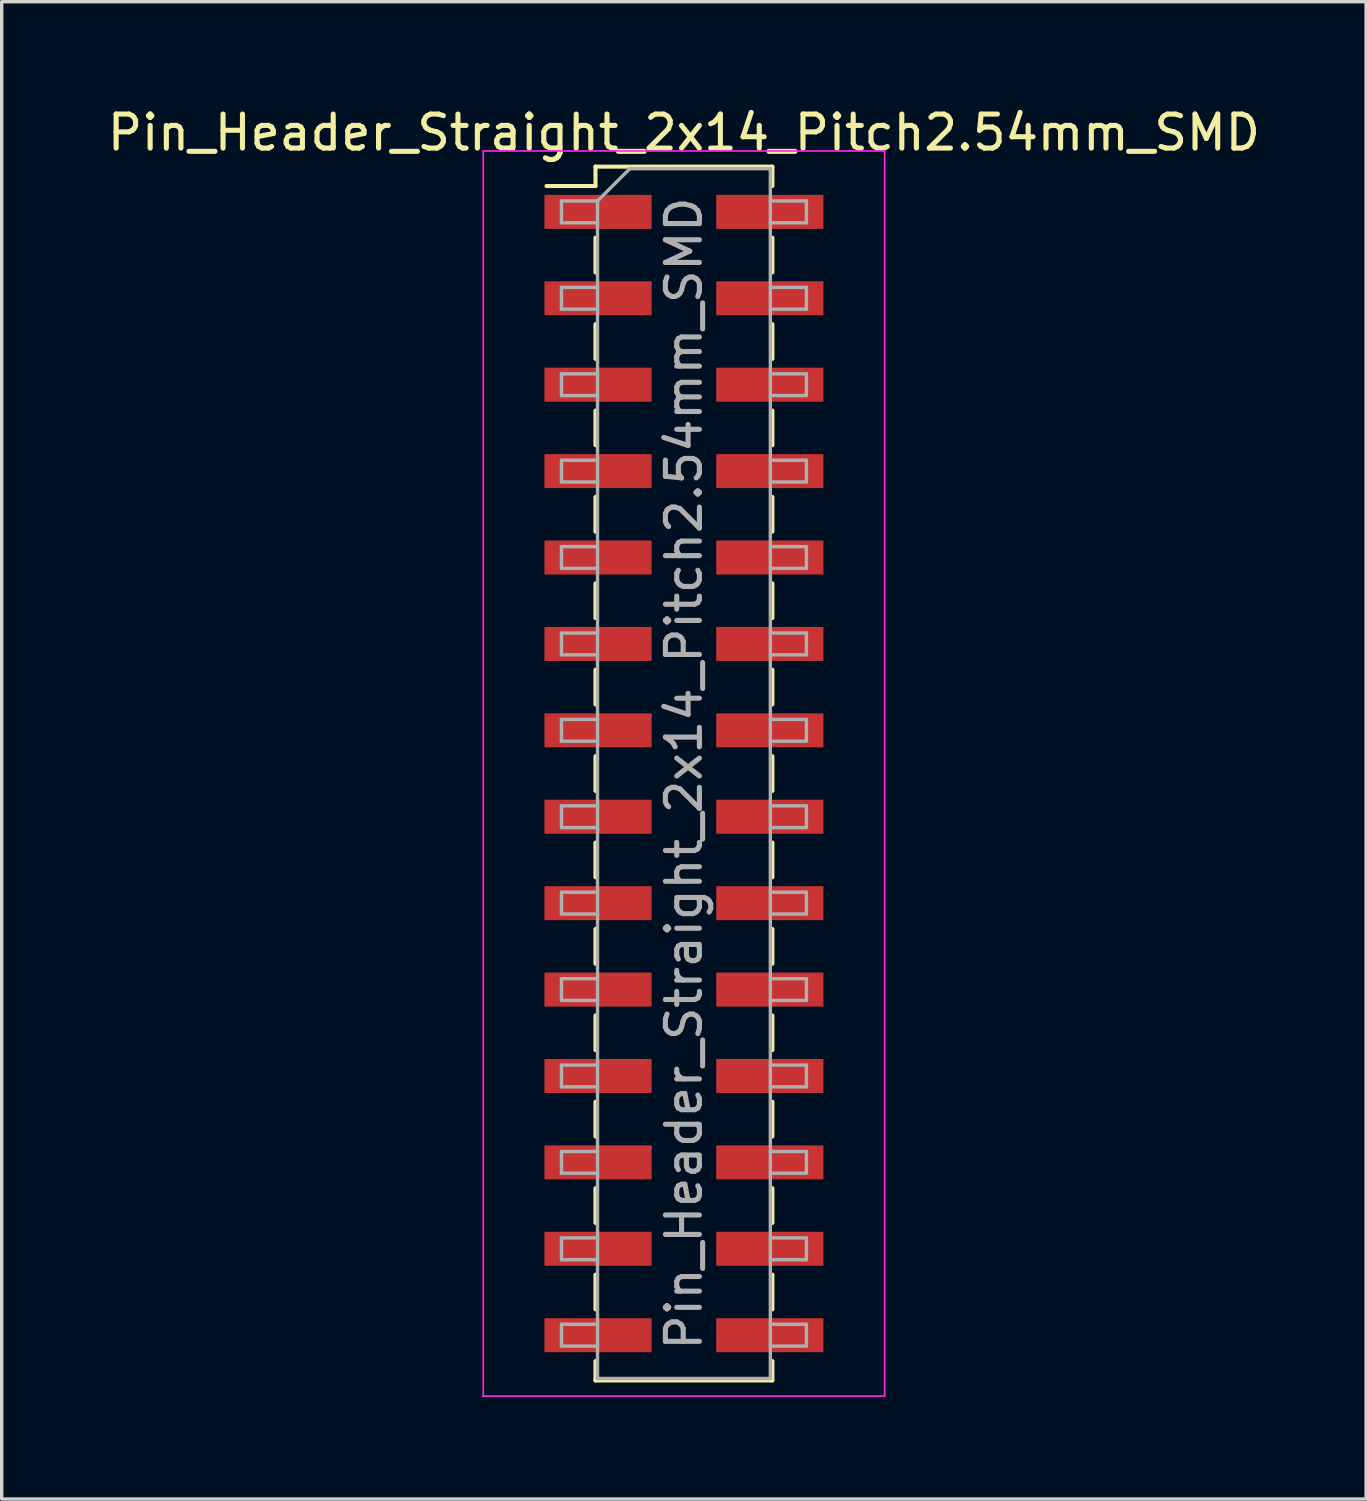
<source format=kicad_pcb>
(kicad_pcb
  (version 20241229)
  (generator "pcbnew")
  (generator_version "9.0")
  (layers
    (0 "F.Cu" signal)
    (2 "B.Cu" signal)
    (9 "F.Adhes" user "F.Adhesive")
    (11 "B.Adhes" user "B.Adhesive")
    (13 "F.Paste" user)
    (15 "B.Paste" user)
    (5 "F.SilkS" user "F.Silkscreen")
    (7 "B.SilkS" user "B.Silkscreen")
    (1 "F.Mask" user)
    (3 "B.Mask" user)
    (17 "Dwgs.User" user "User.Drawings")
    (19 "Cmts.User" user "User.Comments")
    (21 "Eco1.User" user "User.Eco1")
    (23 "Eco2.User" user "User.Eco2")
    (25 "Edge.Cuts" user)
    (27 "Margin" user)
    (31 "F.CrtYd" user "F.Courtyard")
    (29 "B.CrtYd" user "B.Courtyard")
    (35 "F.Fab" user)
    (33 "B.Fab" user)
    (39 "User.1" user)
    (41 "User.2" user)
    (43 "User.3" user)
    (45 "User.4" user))
  (footprint "Pin_Header_Straight_2x14_Pitch2.54mm_SMD"
    (layer "F.Cu")
    (at 17.054 19.688)
    (property "Reference" "Pin_Header_Straight_2x14_Pitch2.54mm_SMD" (at 0 -18.84 0) (layer "F.SilkS") (effects (font (size 1 1) (thickness 0.15))))
    (attr smd)
    (fp_line (start -4.04 -17.27) (end -2.6 -17.27) (stroke (width 0.12) (type solid)) (layer "F.SilkS"))
    (fp_line (start -2.6 -17.84) (end -2.6 -17.27) (stroke (width 0.12) (type solid)) (layer "F.SilkS"))
    (fp_line (start -2.6 -17.84) (end 2.6 -17.84) (stroke (width 0.12) (type solid)) (layer "F.SilkS"))
    (fp_line (start -2.6 -15.75) (end -2.6 -14.73) (stroke (width 0.12) (type solid)) (layer "F.SilkS"))
    (fp_line (start -2.6 -13.21) (end -2.6 -12.19) (stroke (width 0.12) (type solid)) (layer "F.SilkS"))
    (fp_line (start -2.6 -10.67) (end -2.6 -9.65) (stroke (width 0.12) (type solid)) (layer "F.SilkS"))
    (fp_line (start -2.6 -8.13) (end -2.6 -7.11) (stroke (width 0.12) (type solid)) (layer "F.SilkS"))
    (fp_line (start -2.6 -5.59) (end -2.6 -4.57) (stroke (width 0.12) (type solid)) (layer "F.SilkS"))
    (fp_line (start -2.6 -3.05) (end -2.6 -2.03) (stroke (width 0.12) (type solid)) (layer "F.SilkS"))
    (fp_line (start -2.6 -0.51) (end -2.6 0.51) (stroke (width 0.12) (type solid)) (layer "F.SilkS"))
    (fp_line (start -2.6 2.03) (end -2.6 3.05) (stroke (width 0.12) (type solid)) (layer "F.SilkS"))
    (fp_line (start -2.6 4.57) (end -2.6 5.59) (stroke (width 0.12) (type solid)) (layer "F.SilkS"))
    (fp_line (start -2.6 7.11) (end -2.6 8.13) (stroke (width 0.12) (type solid)) (layer "F.SilkS"))
    (fp_line (start -2.6 9.65) (end -2.6 10.67) (stroke (width 0.12) (type solid)) (layer "F.SilkS"))
    (fp_line (start -2.6 12.19) (end -2.6 13.21) (stroke (width 0.12) (type solid)) (layer "F.SilkS"))
    (fp_line (start -2.6 14.73) (end -2.6 15.75) (stroke (width 0.12) (type solid)) (layer "F.SilkS"))
    (fp_line (start -2.6 17.27) (end -2.6 17.84) (stroke (width 0.12) (type solid)) (layer "F.SilkS"))
    (fp_line (start -2.6 17.84) (end 2.6 17.84) (stroke (width 0.12) (type solid)) (layer "F.SilkS"))
    (fp_line (start 2.6 -17.84) (end 2.6 -17.27) (stroke (width 0.12) (type solid)) (layer "F.SilkS"))
    (fp_line (start 2.6 -15.75) (end 2.6 -14.73) (stroke (width 0.12) (type solid)) (layer "F.SilkS"))
    (fp_line (start 2.6 -13.21) (end 2.6 -12.19) (stroke (width 0.12) (type solid)) (layer "F.SilkS"))
    (fp_line (start 2.6 -10.67) (end 2.6 -9.65) (stroke (width 0.12) (type solid)) (layer "F.SilkS"))
    (fp_line (start 2.6 -8.13) (end 2.6 -7.11) (stroke (width 0.12) (type solid)) (layer "F.SilkS"))
    (fp_line (start 2.6 -5.59) (end 2.6 -4.57) (stroke (width 0.12) (type solid)) (layer "F.SilkS"))
    (fp_line (start 2.6 -3.05) (end 2.6 -2.03) (stroke (width 0.12) (type solid)) (layer "F.SilkS"))
    (fp_line (start 2.6 -0.51) (end 2.6 0.51) (stroke (width 0.12) (type solid)) (layer "F.SilkS"))
    (fp_line (start 2.6 2.03) (end 2.6 3.05) (stroke (width 0.12) (type solid)) (layer "F.SilkS"))
    (fp_line (start 2.6 4.57) (end 2.6 5.59) (stroke (width 0.12) (type solid)) (layer "F.SilkS"))
    (fp_line (start 2.6 7.11) (end 2.6 8.13) (stroke (width 0.12) (type solid)) (layer "F.SilkS"))
    (fp_line (start 2.6 9.65) (end 2.6 10.67) (stroke (width 0.12) (type solid)) (layer "F.SilkS"))
    (fp_line (start 2.6 12.19) (end 2.6 13.21) (stroke (width 0.12) (type solid)) (layer "F.SilkS"))
    (fp_line (start 2.6 14.73) (end 2.6 15.75) (stroke (width 0.12) (type solid)) (layer "F.SilkS"))
    (fp_line (start 2.6 17.27) (end 2.6 17.84) (stroke (width 0.12) (type solid)) (layer "F.SilkS"))
    (fp_line (start -5.9 -18.3) (end -5.9 18.3) (stroke (width 0.05) (type solid)) (layer "F.CrtYd"))
    (fp_line (start -5.9 18.3) (end 5.9 18.3) (stroke (width 0.05) (type solid)) (layer "F.CrtYd"))
    (fp_line (start 5.9 -18.3) (end -5.9 -18.3) (stroke (width 0.05) (type solid)) (layer "F.CrtYd"))
    (fp_line (start 5.9 18.3) (end 5.9 -18.3) (stroke (width 0.05) (type solid)) (layer "F.CrtYd"))
    (fp_line (start -3.6 -16.83) (end -3.6 -16.19) (stroke (width 0.1) (type solid)) (layer "F.Fab"))
    (fp_line (start -3.6 -16.19) (end -2.54 -16.19) (stroke (width 0.1) (type solid)) (layer "F.Fab"))
    (fp_line (start -3.6 -14.29) (end -3.6 -13.65) (stroke (width 0.1) (type solid)) (layer "F.Fab"))
    (fp_line (start -3.6 -13.65) (end -2.54 -13.65) (stroke (width 0.1) (type solid)) (layer "F.Fab"))
    (fp_line (start -3.6 -11.75) (end -3.6 -11.11) (stroke (width 0.1) (type solid)) (layer "F.Fab"))
    (fp_line (start -3.6 -11.11) (end -2.54 -11.11) (stroke (width 0.1) (type solid)) (layer "F.Fab"))
    (fp_line (start -3.6 -9.21) (end -3.6 -8.57) (stroke (width 0.1) (type solid)) (layer "F.Fab"))
    (fp_line (start -3.6 -8.57) (end -2.54 -8.57) (stroke (width 0.1) (type solid)) (layer "F.Fab"))
    (fp_line (start -3.6 -6.67) (end -3.6 -6.03) (stroke (width 0.1) (type solid)) (layer "F.Fab"))
    (fp_line (start -3.6 -6.03) (end -2.54 -6.03) (stroke (width 0.1) (type solid)) (layer "F.Fab"))
    (fp_line (start -3.6 -4.13) (end -3.6 -3.49) (stroke (width 0.1) (type solid)) (layer "F.Fab"))
    (fp_line (start -3.6 -3.49) (end -2.54 -3.49) (stroke (width 0.1) (type solid)) (layer "F.Fab"))
    (fp_line (start -3.6 -1.59) (end -3.6 -0.95) (stroke (width 0.1) (type solid)) (layer "F.Fab"))
    (fp_line (start -3.6 -0.95) (end -2.54 -0.95) (stroke (width 0.1) (type solid)) (layer "F.Fab"))
    (fp_line (start -3.6 0.95) (end -3.6 1.59) (stroke (width 0.1) (type solid)) (layer "F.Fab"))
    (fp_line (start -3.6 1.59) (end -2.54 1.59) (stroke (width 0.1) (type solid)) (layer "F.Fab"))
    (fp_line (start -3.6 3.49) (end -3.6 4.13) (stroke (width 0.1) (type solid)) (layer "F.Fab"))
    (fp_line (start -3.6 4.13) (end -2.54 4.13) (stroke (width 0.1) (type solid)) (layer "F.Fab"))
    (fp_line (start -3.6 6.03) (end -3.6 6.67) (stroke (width 0.1) (type solid)) (layer "F.Fab"))
    (fp_line (start -3.6 6.67) (end -2.54 6.67) (stroke (width 0.1) (type solid)) (layer "F.Fab"))
    (fp_line (start -3.6 8.57) (end -3.6 9.21) (stroke (width 0.1) (type solid)) (layer "F.Fab"))
    (fp_line (start -3.6 9.21) (end -2.54 9.21) (stroke (width 0.1) (type solid)) (layer "F.Fab"))
    (fp_line (start -3.6 11.11) (end -3.6 11.75) (stroke (width 0.1) (type solid)) (layer "F.Fab"))
    (fp_line (start -3.6 11.75) (end -2.54 11.75) (stroke (width 0.1) (type solid)) (layer "F.Fab"))
    (fp_line (start -3.6 13.65) (end -3.6 14.29) (stroke (width 0.1) (type solid)) (layer "F.Fab"))
    (fp_line (start -3.6 14.29) (end -2.54 14.29) (stroke (width 0.1) (type solid)) (layer "F.Fab"))
    (fp_line (start -3.6 16.19) (end -3.6 16.83) (stroke (width 0.1) (type solid)) (layer "F.Fab"))
    (fp_line (start -3.6 16.83) (end -2.54 16.83) (stroke (width 0.1) (type solid)) (layer "F.Fab"))
    (fp_line (start -2.54 -16.83) (end -3.6 -16.83) (stroke (width 0.1) (type solid)) (layer "F.Fab"))
    (fp_line (start -2.54 -16.83) (end -1.59 -17.78) (stroke (width 0.1) (type solid)) (layer "F.Fab"))
    (fp_line (start -2.54 -14.29) (end -3.6 -14.29) (stroke (width 0.1) (type solid)) (layer "F.Fab"))
    (fp_line (start -2.54 -11.75) (end -3.6 -11.75) (stroke (width 0.1) (type solid)) (layer "F.Fab"))
    (fp_line (start -2.54 -9.21) (end -3.6 -9.21) (stroke (width 0.1) (type solid)) (layer "F.Fab"))
    (fp_line (start -2.54 -6.67) (end -3.6 -6.67) (stroke (width 0.1) (type solid)) (layer "F.Fab"))
    (fp_line (start -2.54 -4.13) (end -3.6 -4.13) (stroke (width 0.1) (type solid)) (layer "F.Fab"))
    (fp_line (start -2.54 -1.59) (end -3.6 -1.59) (stroke (width 0.1) (type solid)) (layer "F.Fab"))
    (fp_line (start -2.54 0.95) (end -3.6 0.95) (stroke (width 0.1) (type solid)) (layer "F.Fab"))
    (fp_line (start -2.54 3.49) (end -3.6 3.49) (stroke (width 0.1) (type solid)) (layer "F.Fab"))
    (fp_line (start -2.54 6.03) (end -3.6 6.03) (stroke (width 0.1) (type solid)) (layer "F.Fab"))
    (fp_line (start -2.54 8.57) (end -3.6 8.57) (stroke (width 0.1) (type solid)) (layer "F.Fab"))
    (fp_line (start -2.54 11.11) (end -3.6 11.11) (stroke (width 0.1) (type solid)) (layer "F.Fab"))
    (fp_line (start -2.54 13.65) (end -3.6 13.65) (stroke (width 0.1) (type solid)) (layer "F.Fab"))
    (fp_line (start -2.54 16.19) (end -3.6 16.19) (stroke (width 0.1) (type solid)) (layer "F.Fab"))
    (fp_line (start -2.54 17.78) (end -2.54 -16.83) (stroke (width 0.1) (type solid)) (layer "F.Fab"))
    (fp_line (start -1.59 -17.78) (end 2.54 -17.78) (stroke (width 0.1) (type solid)) (layer "F.Fab"))
    (fp_line (start 2.54 -17.78) (end 2.54 17.78) (stroke (width 0.1) (type solid)) (layer "F.Fab"))
    (fp_line (start 2.54 -16.83) (end 3.6 -16.83) (stroke (width 0.1) (type solid)) (layer "F.Fab"))
    (fp_line (start 2.54 -14.29) (end 3.6 -14.29) (stroke (width 0.1) (type solid)) (layer "F.Fab"))
    (fp_line (start 2.54 -11.75) (end 3.6 -11.75) (stroke (width 0.1) (type solid)) (layer "F.Fab"))
    (fp_line (start 2.54 -9.21) (end 3.6 -9.21) (stroke (width 0.1) (type solid)) (layer "F.Fab"))
    (fp_line (start 2.54 -6.67) (end 3.6 -6.67) (stroke (width 0.1) (type solid)) (layer "F.Fab"))
    (fp_line (start 2.54 -4.13) (end 3.6 -4.13) (stroke (width 0.1) (type solid)) (layer "F.Fab"))
    (fp_line (start 2.54 -1.59) (end 3.6 -1.59) (stroke (width 0.1) (type solid)) (layer "F.Fab"))
    (fp_line (start 2.54 0.95) (end 3.6 0.95) (stroke (width 0.1) (type solid)) (layer "F.Fab"))
    (fp_line (start 2.54 3.49) (end 3.6 3.49) (stroke (width 0.1) (type solid)) (layer "F.Fab"))
    (fp_line (start 2.54 6.03) (end 3.6 6.03) (stroke (width 0.1) (type solid)) (layer "F.Fab"))
    (fp_line (start 2.54 8.57) (end 3.6 8.57) (stroke (width 0.1) (type solid)) (layer "F.Fab"))
    (fp_line (start 2.54 11.11) (end 3.6 11.11) (stroke (width 0.1) (type solid)) (layer "F.Fab"))
    (fp_line (start 2.54 13.65) (end 3.6 13.65) (stroke (width 0.1) (type solid)) (layer "F.Fab"))
    (fp_line (start 2.54 16.19) (end 3.6 16.19) (stroke (width 0.1) (type solid)) (layer "F.Fab"))
    (fp_line (start 2.54 17.78) (end -2.54 17.78) (stroke (width 0.1) (type solid)) (layer "F.Fab"))
    (fp_line (start 3.6 -16.83) (end 3.6 -16.19) (stroke (width 0.1) (type solid)) (layer "F.Fab"))
    (fp_line (start 3.6 -16.19) (end 2.54 -16.19) (stroke (width 0.1) (type solid)) (layer "F.Fab"))
    (fp_line (start 3.6 -14.29) (end 3.6 -13.65) (stroke (width 0.1) (type solid)) (layer "F.Fab"))
    (fp_line (start 3.6 -13.65) (end 2.54 -13.65) (stroke (width 0.1) (type solid)) (layer "F.Fab"))
    (fp_line (start 3.6 -11.75) (end 3.6 -11.11) (stroke (width 0.1) (type solid)) (layer "F.Fab"))
    (fp_line (start 3.6 -11.11) (end 2.54 -11.11) (stroke (width 0.1) (type solid)) (layer "F.Fab"))
    (fp_line (start 3.6 -9.21) (end 3.6 -8.57) (stroke (width 0.1) (type solid)) (layer "F.Fab"))
    (fp_line (start 3.6 -8.57) (end 2.54 -8.57) (stroke (width 0.1) (type solid)) (layer "F.Fab"))
    (fp_line (start 3.6 -6.67) (end 3.6 -6.03) (stroke (width 0.1) (type solid)) (layer "F.Fab"))
    (fp_line (start 3.6 -6.03) (end 2.54 -6.03) (stroke (width 0.1) (type solid)) (layer "F.Fab"))
    (fp_line (start 3.6 -4.13) (end 3.6 -3.49) (stroke (width 0.1) (type solid)) (layer "F.Fab"))
    (fp_line (start 3.6 -3.49) (end 2.54 -3.49) (stroke (width 0.1) (type solid)) (layer "F.Fab"))
    (fp_line (start 3.6 -1.59) (end 3.6 -0.95) (stroke (width 0.1) (type solid)) (layer "F.Fab"))
    (fp_line (start 3.6 -0.95) (end 2.54 -0.95) (stroke (width 0.1) (type solid)) (layer "F.Fab"))
    (fp_line (start 3.6 0.95) (end 3.6 1.59) (stroke (width 0.1) (type solid)) (layer "F.Fab"))
    (fp_line (start 3.6 1.59) (end 2.54 1.59) (stroke (width 0.1) (type solid)) (layer "F.Fab"))
    (fp_line (start 3.6 3.49) (end 3.6 4.13) (stroke (width 0.1) (type solid)) (layer "F.Fab"))
    (fp_line (start 3.6 4.13) (end 2.54 4.13) (stroke (width 0.1) (type solid)) (layer "F.Fab"))
    (fp_line (start 3.6 6.03) (end 3.6 6.67) (stroke (width 0.1) (type solid)) (layer "F.Fab"))
    (fp_line (start 3.6 6.67) (end 2.54 6.67) (stroke (width 0.1) (type solid)) (layer "F.Fab"))
    (fp_line (start 3.6 8.57) (end 3.6 9.21) (stroke (width 0.1) (type solid)) (layer "F.Fab"))
    (fp_line (start 3.6 9.21) (end 2.54 9.21) (stroke (width 0.1) (type solid)) (layer "F.Fab"))
    (fp_line (start 3.6 11.11) (end 3.6 11.75) (stroke (width 0.1) (type solid)) (layer "F.Fab"))
    (fp_line (start 3.6 11.75) (end 2.54 11.75) (stroke (width 0.1) (type solid)) (layer "F.Fab"))
    (fp_line (start 3.6 13.65) (end 3.6 14.29) (stroke (width 0.1) (type solid)) (layer "F.Fab"))
    (fp_line (start 3.6 14.29) (end 2.54 14.29) (stroke (width 0.1) (type solid)) (layer "F.Fab"))
    (fp_line (start 3.6 16.19) (end 3.6 16.83) (stroke (width 0.1) (type solid)) (layer "F.Fab"))
    (fp_line (start 3.6 16.83) (end 2.54 16.83) (stroke (width 0.1) (type solid)) (layer "F.Fab"))
    (fp_text user "${REFERENCE}" (at 0 0 90) (layer "F.Fab") (effects (font (size 1 1) (thickness 0.15))))
    (pad "1" smd rect (at -2.525 -16.51) (size 3.15 1) (layers "F.Cu" "F.Mask" "F.Paste"))
    (pad "2" smd rect (at 2.525 -16.51) (size 3.15 1) (layers "F.Cu" "F.Mask" "F.Paste"))
    (pad "3" smd rect (at -2.525 -13.97) (size 3.15 1) (layers "F.Cu" "F.Mask" "F.Paste"))
    (pad "4" smd rect (at 2.525 -13.97) (size 3.15 1) (layers "F.Cu" "F.Mask" "F.Paste"))
    (pad "5" smd rect (at -2.525 -11.43) (size 3.15 1) (layers "F.Cu" "F.Mask" "F.Paste"))
    (pad "6" smd rect (at 2.525 -11.43) (size 3.15 1) (layers "F.Cu" "F.Mask" "F.Paste"))
    (pad "7" smd rect (at -2.525 -8.89) (size 3.15 1) (layers "F.Cu" "F.Mask" "F.Paste"))
    (pad "8" smd rect (at 2.525 -8.89) (size 3.15 1) (layers "F.Cu" "F.Mask" "F.Paste"))
    (pad "9" smd rect (at -2.525 -6.35) (size 3.15 1) (layers "F.Cu" "F.Mask" "F.Paste"))
    (pad "10" smd rect (at 2.525 -6.35) (size 3.15 1) (layers "F.Cu" "F.Mask" "F.Paste"))
    (pad "11" smd rect (at -2.525 -3.81) (size 3.15 1) (layers "F.Cu" "F.Mask" "F.Paste"))
    (pad "12" smd rect (at 2.525 -3.81) (size 3.15 1) (layers "F.Cu" "F.Mask" "F.Paste"))
    (pad "13" smd rect (at -2.525 -1.27) (size 3.15 1) (layers "F.Cu" "F.Mask" "F.Paste"))
    (pad "14" smd rect (at 2.525 -1.27) (size 3.15 1) (layers "F.Cu" "F.Mask" "F.Paste"))
    (pad "15" smd rect (at -2.525 1.27) (size 3.15 1) (layers "F.Cu" "F.Mask" "F.Paste"))
    (pad "16" smd rect (at 2.525 1.27) (size 3.15 1) (layers "F.Cu" "F.Mask" "F.Paste"))
    (pad "17" smd rect (at -2.525 3.81) (size 3.15 1) (layers "F.Cu" "F.Mask" "F.Paste"))
    (pad "18" smd rect (at 2.525 3.81) (size 3.15 1) (layers "F.Cu" "F.Mask" "F.Paste"))
    (pad "19" smd rect (at -2.525 6.35) (size 3.15 1) (layers "F.Cu" "F.Mask" "F.Paste"))
    (pad "20" smd rect (at 2.525 6.35) (size 3.15 1) (layers "F.Cu" "F.Mask" "F.Paste"))
    (pad "21" smd rect (at -2.525 8.89) (size 3.15 1) (layers "F.Cu" "F.Mask" "F.Paste"))
    (pad "22" smd rect (at 2.525 8.89) (size 3.15 1) (layers "F.Cu" "F.Mask" "F.Paste"))
    (pad "23" smd rect (at -2.525 11.43) (size 3.15 1) (layers "F.Cu" "F.Mask" "F.Paste"))
    (pad "24" smd rect (at 2.525 11.43) (size 3.15 1) (layers "F.Cu" "F.Mask" "F.Paste"))
    (pad "25" smd rect (at -2.525 13.97) (size 3.15 1) (layers "F.Cu" "F.Mask" "F.Paste"))
    (pad "26" smd rect (at 2.525 13.97) (size 3.15 1) (layers "F.Cu" "F.Mask" "F.Paste"))
    (pad "27" smd rect (at -2.525 16.51) (size 3.15 1) (layers "F.Cu" "F.Mask" "F.Paste"))
    (pad "28" smd rect (at 2.525 16.51) (size 3.15 1) (layers "F.Cu" "F.Mask" "F.Paste")))
  (gr_rect
    (start -3 -3)
    (end 37.107 41.013)
    (stroke (width 0.1) (type default))
    (fill no)
    (layer "Edge.Cuts")))
</source>
